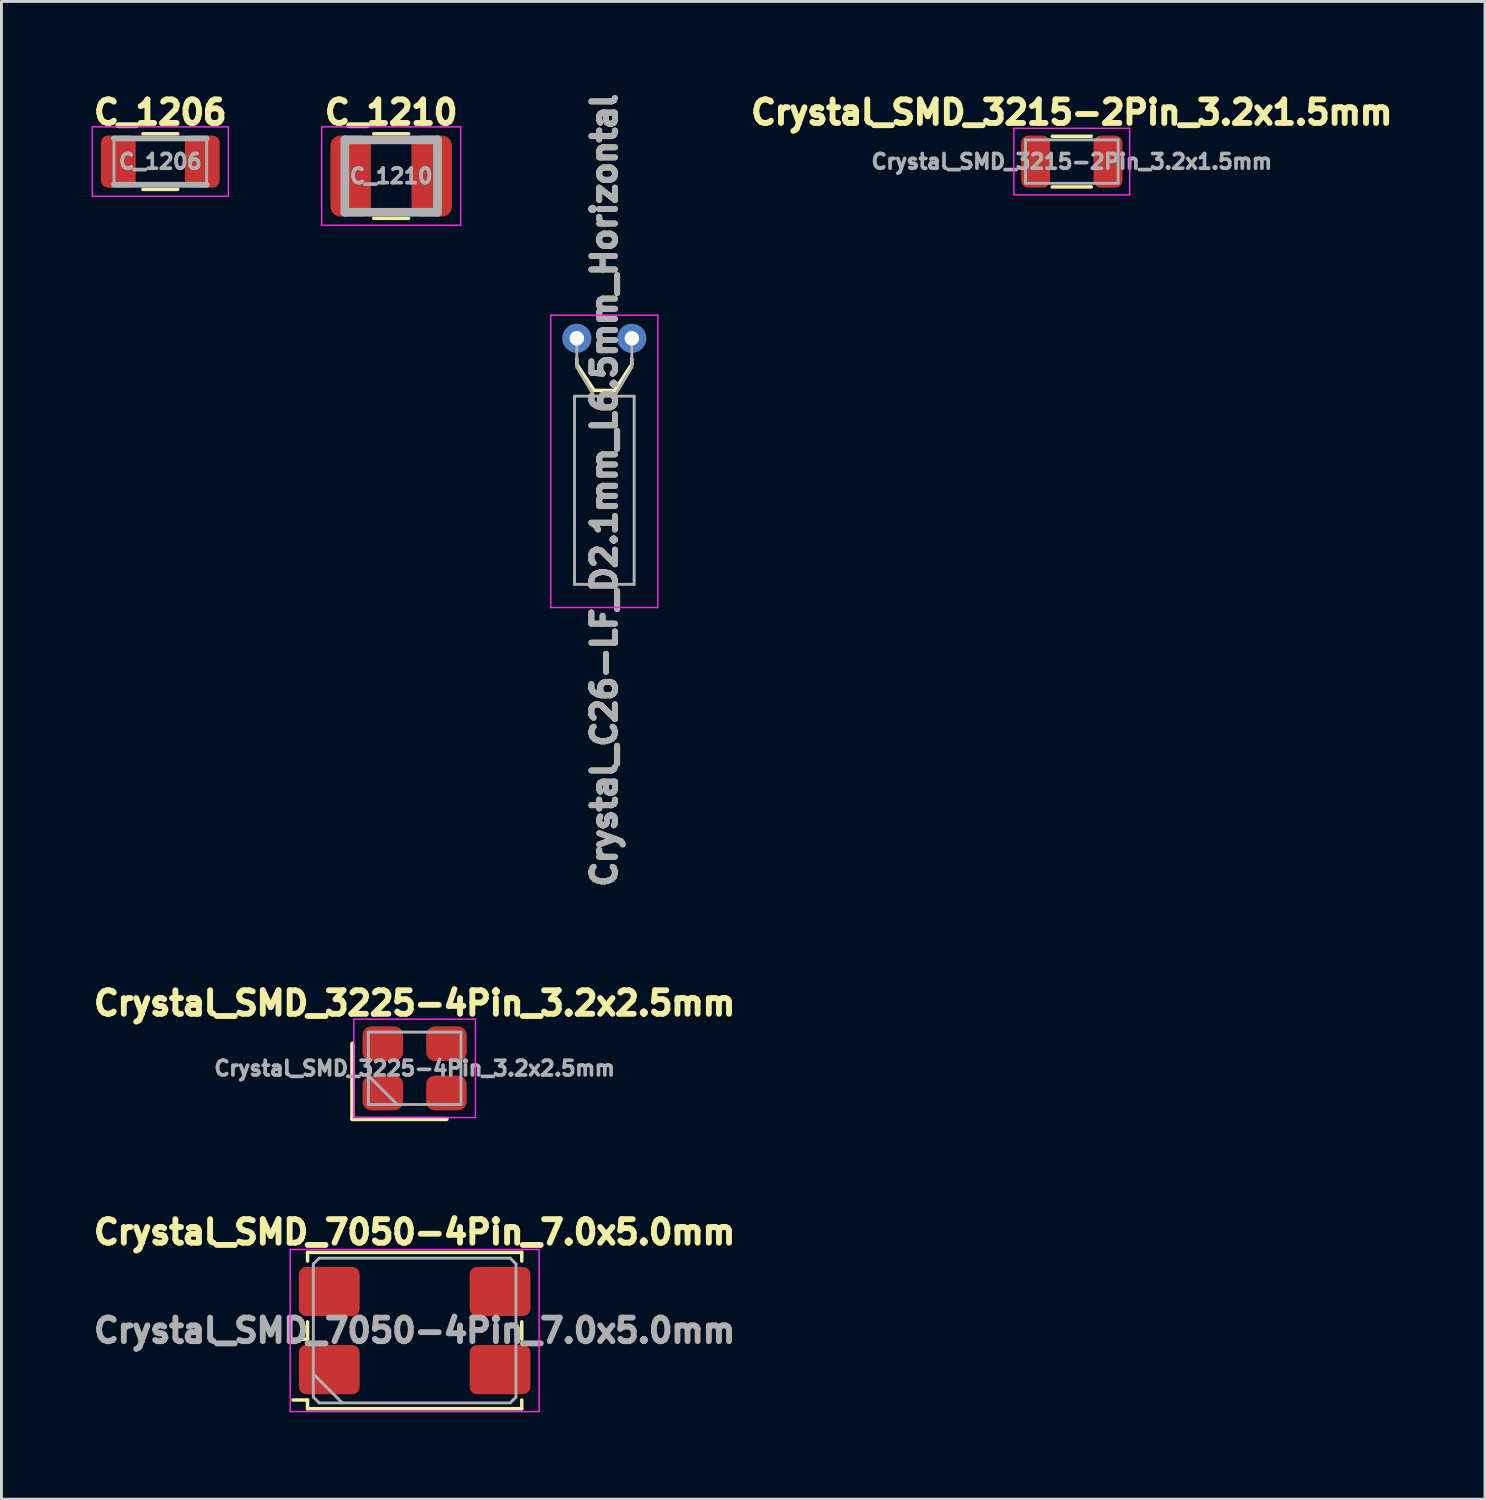
<source format=kicad_pcb>
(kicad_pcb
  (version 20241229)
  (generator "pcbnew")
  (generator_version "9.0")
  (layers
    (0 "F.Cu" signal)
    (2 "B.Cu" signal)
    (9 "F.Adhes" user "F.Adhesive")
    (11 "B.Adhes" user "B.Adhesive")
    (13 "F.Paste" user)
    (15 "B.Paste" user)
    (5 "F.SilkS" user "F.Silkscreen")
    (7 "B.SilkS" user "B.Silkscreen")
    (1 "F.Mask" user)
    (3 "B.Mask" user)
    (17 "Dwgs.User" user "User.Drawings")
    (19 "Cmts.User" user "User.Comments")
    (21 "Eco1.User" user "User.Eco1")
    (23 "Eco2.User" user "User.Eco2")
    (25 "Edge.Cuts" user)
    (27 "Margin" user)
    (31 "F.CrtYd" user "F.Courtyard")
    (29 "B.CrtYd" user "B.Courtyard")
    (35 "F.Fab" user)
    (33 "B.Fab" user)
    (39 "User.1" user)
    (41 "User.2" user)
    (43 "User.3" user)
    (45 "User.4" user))
  (footprint "C_1206"
    (layer "F.Cu")
    (at 2.488 2.532)
    (property "Reference" "C_1206" (at 0 0 0) (layer "F.Fab") (effects (font (size 0.508 0.508) (thickness 0.127))))
    (attr smd)
    (fp_line (start -0.602 -0.96) (end 0.602 -0.96) (stroke (width 0.12) (type solid)) (layer "F.SilkS"))
    (fp_line (start -0.602 0.96) (end 0.602 0.96) (stroke (width 0.12) (type solid)) (layer "F.SilkS"))
    (fp_line (start -2.35 -1.2) (end 2.35 -1.2) (stroke (width 0.05) (type solid)) (layer "F.CrtYd"))
    (fp_line (start -2.35 1.2) (end -2.35 -1.2) (stroke (width 0.05) (type solid)) (layer "F.CrtYd"))
    (fp_line (start 2.35 -1.2) (end 2.35 1.2) (stroke (width 0.05) (type solid)) (layer "F.CrtYd"))
    (fp_line (start 2.35 1.2) (end -2.35 1.2) (stroke (width 0.05) (type solid)) (layer "F.CrtYd"))
    (fp_line (start -1.6 -0.8) (end 1.6 -0.8) (stroke (width 0.2) (type solid)) (layer "F.Fab"))
    (fp_line (start -1.6 0.8) (end -1.6 -0.8) (stroke (width 0.1) (type solid)) (layer "F.Fab"))
    (fp_line (start 1.6 -0.8) (end 1.6 0.8) (stroke (width 0.1) (type solid)) (layer "F.Fab"))
    (fp_line (start 1.6 0.8) (end -1.6 0.8) (stroke (width 0.2) (type solid)) (layer "F.Fab"))
    (fp_text user "${REFERENCE}" (at 0 -1.7 0) (layer "F.SilkS") (effects (font (size 0.813 0.813) (thickness 0.203))))
    (pad "1" smd roundrect (at -1.45 0) (size 1.2 1.8) (layers "F.Cu" "F.Mask" "F.Paste") (roundrect_rratio 0.2))
    (pad "2" smd roundrect (at 1.45 0) (size 1.2 1.8) (layers "F.Cu" "F.Mask" "F.Paste") (roundrect_rratio 0.2)))
  (footprint "Crystal_SMD_3215-2Pin_3.2x1.5mm"
    (layer "F.Cu")
    (at 33.975 2.532)
    (property "Reference" "Crystal_SMD_3215-2Pin_3.2x1.5mm" (at 0 0 0) (layer "F.Fab") (effects (font (size 0.508 0.508) (thickness 0.127))))
    (attr smd)
    (fp_line (start -0.675 -0.875) (end 0.675 -0.875) (stroke (width 0.12) (type solid)) (layer "F.SilkS"))
    (fp_line (start -0.675 0.875) (end 0.675 0.875) (stroke (width 0.12) (type solid)) (layer "F.SilkS"))
    (fp_line (start -2 -1.15) (end -2 1.15) (stroke (width 0.05) (type solid)) (layer "F.CrtYd"))
    (fp_line (start -2 -1.15) (end 2 -1.15) (stroke (width 0.05) (type solid)) (layer "F.CrtYd"))
    (fp_line (start -2 1.15) (end 2 1.15) (stroke (width 0.05) (type solid)) (layer "F.CrtYd"))
    (fp_line (start 2 -1.15) (end 2 1.15) (stroke (width 0.05) (type solid)) (layer "F.CrtYd"))
    (fp_line (start -1.6 -0.75) (end -1.6 0.75) (stroke (width 0.1) (type solid)) (layer "F.Fab"))
    (fp_line (start -1.6 -0.75) (end 1.6 -0.75) (stroke (width 0.1) (type solid)) (layer "F.Fab"))
    (fp_line (start -1.6 0.75) (end 1.6 0.75) (stroke (width 0.1) (type solid)) (layer "F.Fab"))
    (fp_line (start 1.6 -0.75) (end 1.6 0.75) (stroke (width 0.1) (type solid)) (layer "F.Fab"))
    (fp_text user "${REFERENCE}" (at 0 -1.7 180) (layer "F.SilkS") (effects (font (size 0.813 0.813) (thickness 0.203))))
    (pad "1" smd roundrect (at 1.25 0) (size 1 1.8) (layers "F.Cu" "F.Mask" "F.Paste") (roundrect_rratio 0.25))
    (pad "2" smd roundrect (at -1.25 0) (size 1 1.8) (layers "F.Cu" "F.Mask" "F.Paste") (roundrect_rratio 0.25)))
  (footprint "C_1210"
    (layer "F.Cu")
    (at 10.463 3.032)
    (property "Reference" "C_1210" (at 0 0 0) (layer "F.Fab") (effects (font (size 0.508 0.508) (thickness 0.127))))
    (attr smd)
    (fp_line (start -0.602 -1.46) (end 0.602 -1.46) (stroke (width 0.12) (type solid)) (layer "F.SilkS"))
    (fp_line (start -0.602 1.46) (end 0.602 1.46) (stroke (width 0.12) (type solid)) (layer "F.SilkS"))
    (fp_line (start -2.4 -1.7) (end 2.4 -1.7) (stroke (width 0.05) (type solid)) (layer "F.CrtYd"))
    (fp_line (start -2.4 1.7) (end -2.4 -1.7) (stroke (width 0.05) (type solid)) (layer "F.CrtYd"))
    (fp_line (start 2.4 -1.7) (end 2.4 1.7) (stroke (width 0.05) (type solid)) (layer "F.CrtYd"))
    (fp_line (start 2.4 1.7) (end -2.4 1.7) (stroke (width 0.05) (type solid)) (layer "F.CrtYd"))
    (fp_line (start -1.6 -1.25) (end 1.6 -1.25) (stroke (width 0.3) (type solid)) (layer "F.Fab"))
    (fp_line (start -1.6 1.25) (end -1.6 -1.25) (stroke (width 0.3) (type solid)) (layer "F.Fab"))
    (fp_line (start 1.6 -1.25) (end 1.6 1.25) (stroke (width 0.3) (type solid)) (layer "F.Fab"))
    (fp_line (start 1.6 1.25) (end -1.6 1.25) (stroke (width 0.3) (type solid)) (layer "F.Fab"))
    (fp_text user "${REFERENCE}" (at 0 -2.2 0) (layer "F.SilkS") (effects (font (size 0.813 0.813) (thickness 0.203))))
    (pad "1" smd roundrect (at -1.4 0) (size 1.4 2.8) (layers "F.Cu" "F.Mask" "F.Paste") (roundrect_rratio 0.25))
    (pad "2" smd roundrect (at 1.4 0) (size 1.4 2.8) (layers "F.Cu" "F.Mask" "F.Paste") (roundrect_rratio 0.25)))
  (footprint "Crystal_SMD_7050-4Pin_7.0x5.0mm"
    (layer "F.Cu")
    (at 11.274 42.913)
    (property "Reference" "Crystal_SMD_7050-4Pin_7.0x5.0mm" (at 0 0 0) (layer "F.Fab") (effects (font (size 0.813 0.813) (thickness 0.203))))
    (attr smd)
    (fp_line (start -4.2 0.3) (end -3.7 0.3) (stroke (width 0.12) (type solid)) (layer "F.SilkS"))
    (fp_line (start -4.2 2.4) (end -3.7 2.4) (stroke (width 0.12) (type solid)) (layer "F.SilkS"))
    (fp_line (start -3.7 -2.7) (end 3.7 -2.7) (stroke (width 0.12) (type solid)) (layer "F.SilkS"))
    (fp_line (start -3.7 -2.4) (end -3.7 -2.7) (stroke (width 0.12) (type solid)) (layer "F.SilkS"))
    (fp_line (start -3.7 0.3) (end -3.7 -0.3) (stroke (width 0.12) (type solid)) (layer "F.SilkS"))
    (fp_line (start -3.7 2.4) (end -3.7 2.7) (stroke (width 0.12) (type solid)) (layer "F.SilkS"))
    (fp_line (start -3.7 2.7) (end 3.7 2.7) (stroke (width 0.12) (type solid)) (layer "F.SilkS"))
    (fp_line (start 3.7 -2.7) (end 3.7 -2.4) (stroke (width 0.12) (type solid)) (layer "F.SilkS"))
    (fp_line (start 3.7 -0.3) (end 3.7 0.3) (stroke (width 0.12) (type solid)) (layer "F.SilkS"))
    (fp_line (start 3.7 2.7) (end 3.7 2.4) (stroke (width 0.12) (type solid)) (layer "F.SilkS"))
    (fp_line (start -4.3 -2.8) (end -4.3 2.8) (stroke (width 0.05) (type solid)) (layer "F.CrtYd"))
    (fp_line (start -4.3 2.8) (end 4.3 2.8) (stroke (width 0.05) (type solid)) (layer "F.CrtYd"))
    (fp_line (start 4.3 -2.8) (end -4.3 -2.8) (stroke (width 0.05) (type solid)) (layer "F.CrtYd"))
    (fp_line (start 4.3 2.8) (end 4.3 -2.8) (stroke (width 0.05) (type solid)) (layer "F.CrtYd"))
    (fp_line (start -3.5 -2.3) (end -3.3 -2.5) (stroke (width 0.1) (type solid)) (layer "F.Fab"))
    (fp_line (start -3.5 1.5) (end -2.5 2.5) (stroke (width 0.1) (type solid)) (layer "F.Fab"))
    (fp_line (start -3.5 2.3) (end -3.5 -2.3) (stroke (width 0.1) (type solid)) (layer "F.Fab"))
    (fp_line (start -3.3 -2.5) (end 3.3 -2.5) (stroke (width 0.1) (type solid)) (layer "F.Fab"))
    (fp_line (start -3.3 2.5) (end -3.5 2.3) (stroke (width 0.1) (type solid)) (layer "F.Fab"))
    (fp_line (start 3.3 -2.5) (end 3.5 -2.3) (stroke (width 0.1) (type solid)) (layer "F.Fab"))
    (fp_line (start 3.3 2.5) (end -3.3 2.5) (stroke (width 0.1) (type solid)) (layer "F.Fab"))
    (fp_line (start 3.5 -2.3) (end 3.5 2.3) (stroke (width 0.1) (type solid)) (layer "F.Fab"))
    (fp_line (start 3.5 2.3) (end 3.3 2.5) (stroke (width 0.1) (type solid)) (layer "F.Fab"))
    (fp_text user "${REFERENCE}" (at 0 -3.4 0) (layer "F.SilkS") (effects (font (size 0.813 0.813) (thickness 0.203))))
    (pad "1" smd roundrect (at -2.95 1.35) (size 2.1 1.7) (layers "F.Cu" "F.Mask" "F.Paste") (roundrect_rratio 0.15))
    (pad "2" smd roundrect (at 2.95 1.35) (size 2.1 1.7) (layers "F.Cu" "F.Mask" "F.Paste") (roundrect_rratio 0.15))
    (pad "3" smd roundrect (at 2.95 -1.35) (size 2.1 1.7) (layers "F.Cu" "F.Mask" "F.Paste") (roundrect_rratio 0.15))
    (pad "4" smd roundrect (at -2.95 -1.35) (size 2.1 1.7) (layers "F.Cu" "F.Mask" "F.Paste") (roundrect_rratio 0.15)))
  (footprint "Crystal_SMD_3225-4Pin_3.2x2.5mm"
    (layer "F.Cu")
    (at 11.274 33.855)
    (property "Reference" "Crystal_SMD_3225-4Pin_3.2x2.5mm" (at 0 0 0) (layer "F.Fab") (effects (font (size 0.508 0.508) (thickness 0.127))))
    (attr smd)
    (fp_line (start -2.15 -0.85) (end -2.15 1.75) (stroke (width 0.152) (type solid)) (layer "F.SilkS"))
    (fp_line (start -2.15 1.75) (end 1.1 1.75) (stroke (width 0.152) (type solid)) (layer "F.SilkS"))
    (fp_line (start -2.1 -1.7) (end -2.1 1.7) (stroke (width 0.05) (type solid)) (layer "F.CrtYd"))
    (fp_line (start -2.1 1.7) (end 2.1 1.7) (stroke (width 0.05) (type solid)) (layer "F.CrtYd"))
    (fp_line (start 2.1 -1.7) (end -2.1 -1.7) (stroke (width 0.05) (type solid)) (layer "F.CrtYd"))
    (fp_line (start 2.1 1.7) (end 2.1 -1.7) (stroke (width 0.05) (type solid)) (layer "F.CrtYd"))
    (fp_line (start -1.6 -1.25) (end -1.6 1.25) (stroke (width 0.1) (type solid)) (layer "F.Fab"))
    (fp_line (start -1.6 0.25) (end -0.6 1.25) (stroke (width 0.1) (type solid)) (layer "F.Fab"))
    (fp_line (start -1.6 1.25) (end 1.6 1.25) (stroke (width 0.1) (type solid)) (layer "F.Fab"))
    (fp_line (start 1.6 -1.25) (end -1.6 -1.25) (stroke (width 0.1) (type solid)) (layer "F.Fab"))
    (fp_line (start 1.6 1.25) (end 1.6 -1.25) (stroke (width 0.1) (type solid)) (layer "F.Fab"))
    (fp_text user "${REFERENCE}" (at 0 -2.25 0) (layer "F.SilkS") (effects (font (size 0.813 0.813) (thickness 0.203))))
    (pad "1" smd roundrect (at -1.1 0.85) (size 1.4 1.2) (layers "F.Cu" "F.Mask" "F.Paste") (roundrect_rratio 0.25))
    (pad "2" smd roundrect (at 1.1 0.85) (size 1.4 1.2) (layers "F.Cu" "F.Mask" "F.Paste") (roundrect_rratio 0.25))
    (pad "3" smd roundrect (at 1.1 -0.85) (size 1.4 1.2) (layers "F.Cu" "F.Mask" "F.Paste") (roundrect_rratio 0.25))
    (pad "4" smd roundrect (at -1.1 -0.85) (size 1.4 1.2) (layers "F.Cu" "F.Mask" "F.Paste") (roundrect_rratio 0.25)))
  (footprint "Crystal_C26-LF_D2.1mm_L6.5mm_Horizontal"
    (layer "F.Cu")
    (at 16.876 8.636)
    (property "Reference" "Crystal_C26-LF_D2.1mm_L6.5mm_Horizontal" (at 0.95 5.25 90) (layer "F.Fab") (effects (font (size 0.813 0.813) (thickness 0.203) (bold yes))))
    (attr through_hole)
    (fp_line (start 0 0.9) (end 0 0.7) (stroke (width 0.12) (type solid)) (layer "F.SilkS"))
    (fp_line (start 0.6 1.8) (end 0 0.9) (stroke (width 0.12) (type solid)) (layer "F.SilkS"))
    (fp_line (start 1.3 1.8) (end 0.6 1.8) (stroke (width 0.12) (type solid)) (layer "F.SilkS"))
    (fp_line (start 1.3 1.8) (end 1.9 0.9) (stroke (width 0.12) (type solid)) (layer "F.SilkS"))
    (fp_line (start 1.9 0.9) (end 1.9 0.7) (stroke (width 0.12) (type solid)) (layer "F.SilkS"))
    (fp_line (start -0.9 -0.8) (end -0.9 9.3) (stroke (width 0.05) (type solid)) (layer "F.CrtYd"))
    (fp_line (start -0.9 9.3) (end 2.8 9.3) (stroke (width 0.05) (type solid)) (layer "F.CrtYd"))
    (fp_line (start 2.8 -0.8) (end -0.9 -0.8) (stroke (width 0.05) (type solid)) (layer "F.CrtYd"))
    (fp_line (start 2.8 9.3) (end 2.8 -0.8) (stroke (width 0.05) (type solid)) (layer "F.CrtYd"))
    (fp_line (start -0.08 2) (end -0.08 8.5) (stroke (width 0.1) (type solid)) (layer "F.Fab"))
    (fp_line (start -0.08 8.5) (end 1.98 8.5) (stroke (width 0.1) (type solid)) (layer "F.Fab"))
    (fp_line (start 0 1) (end 0 0) (stroke (width 0.1) (type solid)) (layer "F.Fab"))
    (fp_line (start 0.6 2) (end 0 1) (stroke (width 0.1) (type solid)) (layer "F.Fab"))
    (fp_line (start 1.3 2) (end 1.9 1) (stroke (width 0.1) (type solid)) (layer "F.Fab"))
    (fp_line (start 1.9 1) (end 1.9 0) (stroke (width 0.1) (type solid)) (layer "F.Fab"))
    (fp_line (start 1.98 2) (end -0.08 2) (stroke (width 0.1) (type solid)) (layer "F.Fab"))
    (fp_line (start 1.98 8.5) (end 1.98 2) (stroke (width 0.1) (type solid)) (layer "F.Fab"))
    (fp_text user "${REFERENCE}" (at 0.95 5.25 90) (layer "F.SilkS") (effects (font (size 0.813 0.813) (thickness 0.203) (bold yes))))
    (pad "1" thru_hole circle (at 0 0) (size 1 1) (drill 0.5) (layers "*.Cu" "*.Mask"))
    (pad "2" thru_hole circle (at 1.9 0) (size 1 1) (drill 0.5) (layers "*.Cu" "*.Mask")))
  (gr_rect
    (start -3 -3)
    (end 48.248 48.738)
    (stroke (width 0.1) (type default))
    (fill no)
    (layer "Edge.Cuts")))
</source>
